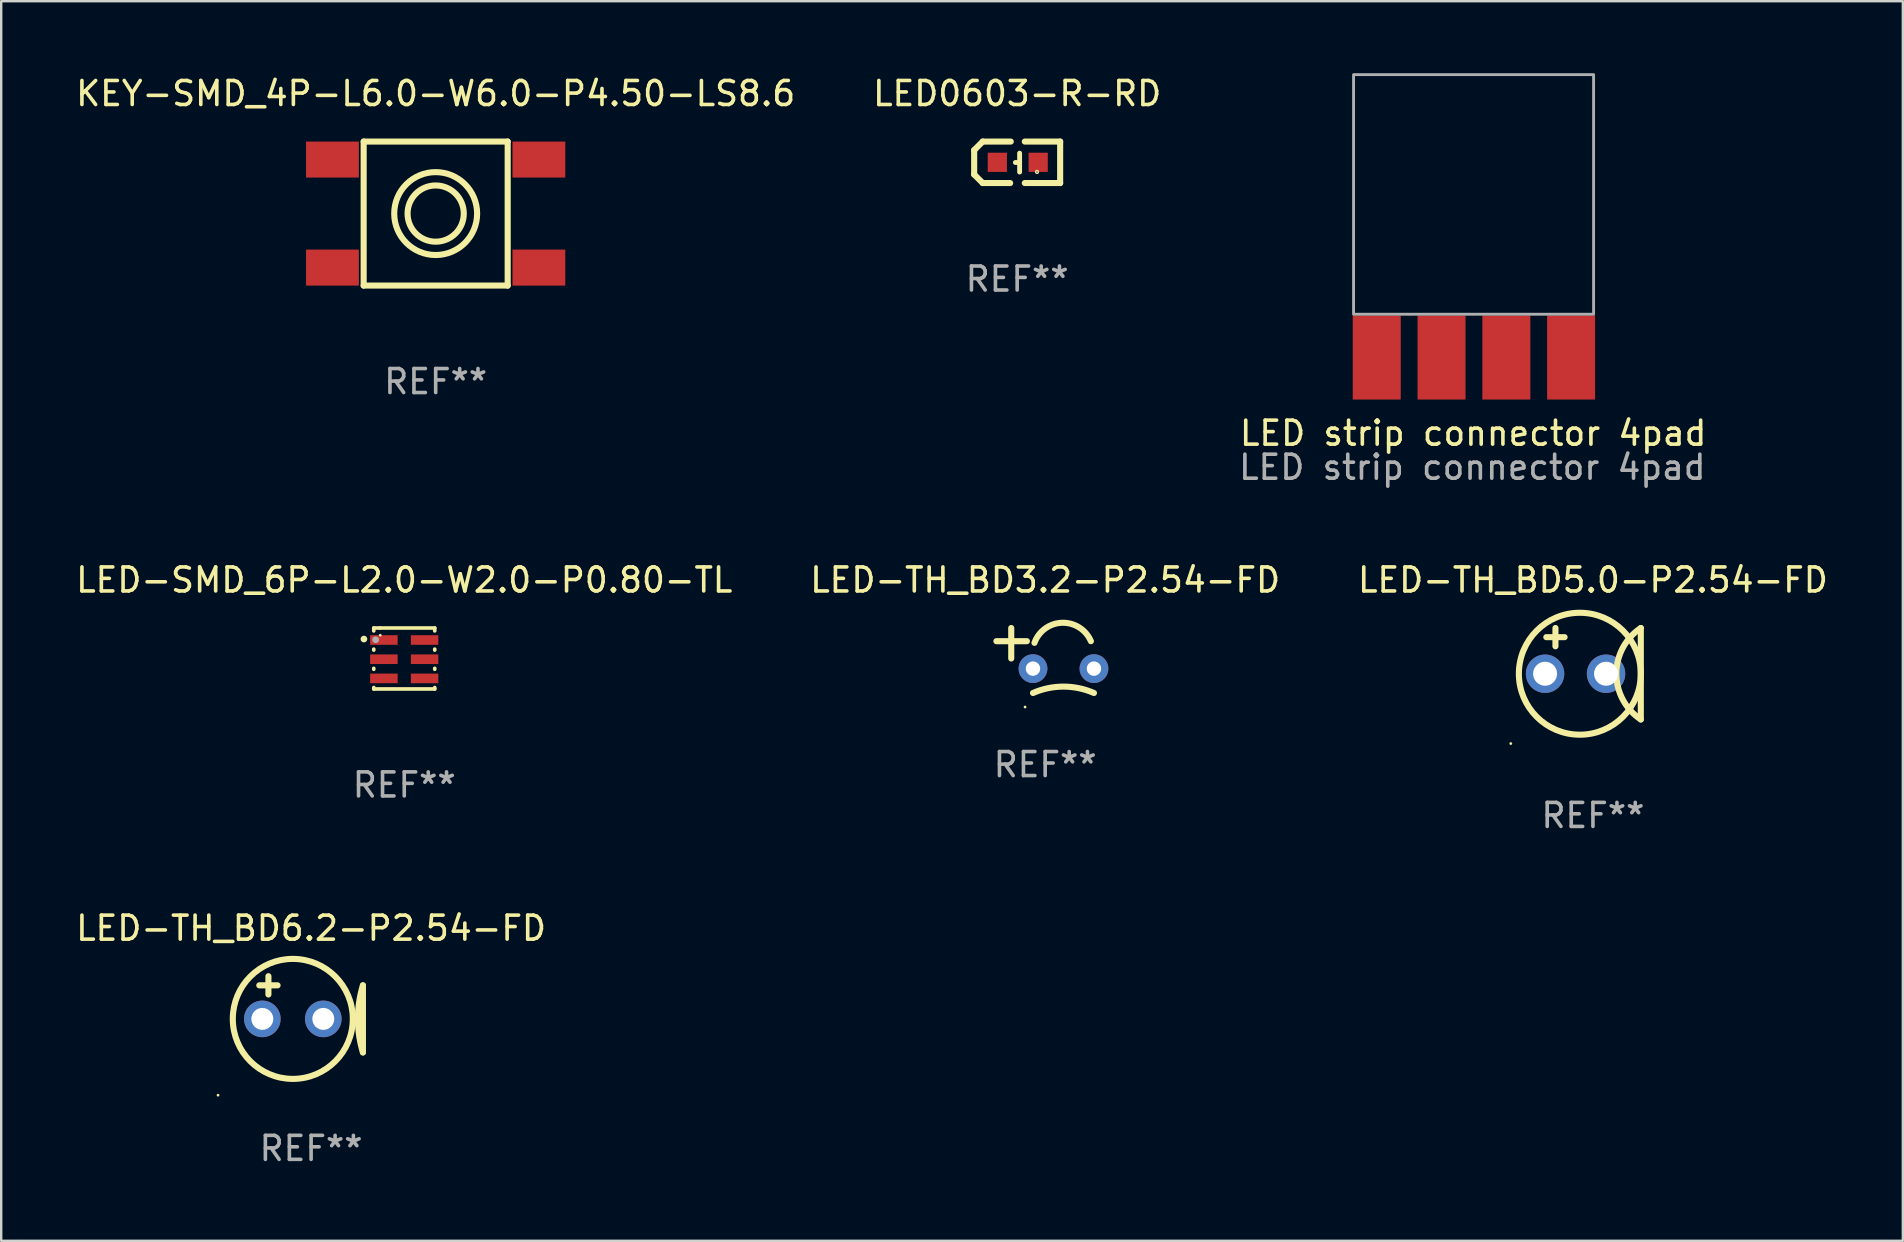
<source format=kicad_pcb>
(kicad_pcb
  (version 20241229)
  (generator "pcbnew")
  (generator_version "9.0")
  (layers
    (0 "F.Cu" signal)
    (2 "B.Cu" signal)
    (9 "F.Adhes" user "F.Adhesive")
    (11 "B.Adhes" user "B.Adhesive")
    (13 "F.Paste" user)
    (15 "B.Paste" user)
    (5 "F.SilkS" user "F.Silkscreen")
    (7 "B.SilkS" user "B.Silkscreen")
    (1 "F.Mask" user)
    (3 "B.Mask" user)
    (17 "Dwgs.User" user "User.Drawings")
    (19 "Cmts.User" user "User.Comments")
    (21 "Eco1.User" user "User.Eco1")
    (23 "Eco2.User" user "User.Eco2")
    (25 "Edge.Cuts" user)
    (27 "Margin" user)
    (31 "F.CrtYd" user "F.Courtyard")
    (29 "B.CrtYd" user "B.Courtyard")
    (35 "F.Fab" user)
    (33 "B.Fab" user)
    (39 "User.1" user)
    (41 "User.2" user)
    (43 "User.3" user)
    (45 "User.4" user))
  (footprint "LED-TH_BD5.0-P2.54-FD"
    (layer "F.Cu")
    (at 63.315 25.019)
    (property "Reference" "LED-TH_BD5.0-P2.54-FD" (at 0 -3.905 0) (layer "F.SilkS") (effects (font (size 1 1) (thickness 0.15))))
    (attr through_hole)
    (fp_line (start -1.943 -1.524) (end -1.181 -1.524) (stroke (width 0.254) (type solid)) (layer "F.SilkS"))
    (fp_line (start -1.562 -1.143) (end -1.562 -1.905) (stroke (width 0.254) (type solid)) (layer "F.SilkS"))
    (fp_line (start 1.994 1.905) (end 1.994 -1.905) (stroke (width 0.254) (type solid)) (layer "F.SilkS"))
    (fp_arc (start 1.993899 1.905) (mid 0.974377 0) (end 1.993899 -1.905) (stroke (width 0.254001) (type solid)) (layer "F.SilkS"))
    (fp_circle (center -3.423 2.909) (end -3.393 2.909) (stroke (width 0.06) (type solid)) (fill no) (layer "F.SilkS"))
    (fp_circle (center -0.546 0) (end 1.994 0) (stroke (width 0.254) (type solid)) (fill no) (layer "F.SilkS"))
    (fp_text user "REF**" (at 0 5.905 0) (layer "F.Fab") (effects (font (size 1 1) (thickness 0.15))))
    (pad "1" thru_hole circle (at -1.994 0) (size 1.6 1.6) (drill 1) (layers "*.Cu" "*.Mask"))
    (pad "2" thru_hole circle (at 0.546 0) (size 1.6 1.6) (drill 1) (layers "*.Cu" "*.Mask")))
  (footprint "LED strip connector 4pad"
    (layer "F.Cu")
    (at 58.342 12.201)
    (property "Reference" "LED strip connector 4pad" (at -0.016 2.798 0) (unlocked yes) (layer "F.SilkS") (effects (font (size 1 1) (thickness 0.15))))
    (attr exclude_from_pos_files exclude_from_bom)
    (fp_rect (start -5 -12.141) (end 5 -2.159) (stroke (width 0.12) (type solid)) (fill no) (layer "F.Fab"))
    (fp_text user "${REFERENCE}" (at -0.051 4.216 0) (unlocked yes) (layer "F.Fab") (effects (font (size 1 1) (thickness 0.15))))
    (pad "1" smd rect (at 4.064 -0.356) (size 2 3.5) (layers "F.Cu" "F.Mask"))
    (pad "2" smd rect (at 1.365 -0.356) (size 2 3.5) (layers "F.Cu" "F.Mask"))
    (pad "3" smd rect (at -1.335 -0.356) (size 2 3.5) (layers "F.Cu" "F.Mask"))
    (pad "4" smd rect (at -4.034 -0.356) (size 2 3.5) (layers "F.Cu" "F.Mask")))
  (footprint "LED-TH_BD6.2-P2.54-FD"
    (layer "F.Cu")
    (at 9.911 39.208)
    (property "Reference" "LED-TH_BD6.2-P2.54-FD" (at 0 -3.588 0) (layer "F.SilkS") (effects (font (size 1 1) (thickness 0.15))))
    (attr through_hole)
    (fp_line (start -2.159 -1.207) (end -1.397 -1.207) (stroke (width 0.254) (type solid)) (layer "F.SilkS"))
    (fp_line (start -1.778 -0.826) (end -1.778 -1.588) (stroke (width 0.254) (type solid)) (layer "F.SilkS"))
    (fp_line (start 2.159 -1.207) (end 2.159 1.588) (stroke (width 0.254) (type solid)) (layer "F.SilkS"))
    (fp_arc (start 2.159005 1.587504) (mid 1.950538 0.190501) (end 2.159004 -1.206502) (stroke (width 0.254001) (type solid)) (layer "F.SilkS"))
    (fp_circle (center -3.877 3.37) (end -3.847 3.37) (stroke (width 0.06) (type solid)) (fill no) (layer "F.SilkS"))
    (fp_circle (center -0.762 0.191) (end 1.738 0.191) (stroke (width 0.254) (type solid)) (fill no) (layer "F.SilkS"))
    (fp_text user "REF**" (at 0 5.588 0) (layer "F.Fab") (effects (font (size 1 1) (thickness 0.15))))
    (pad "1" thru_hole circle (at -2.032 0.191) (size 1.524 1.524) (drill 0.914) (layers "*.Cu" "*.Mask"))
    (pad "2" thru_hole circle (at 0.508 0.191) (size 1.524 1.524) (drill 0.914) (layers "*.Cu" "*.Mask")))
  (footprint "LED-TH_BD3.2-P2.54-FD"
    (layer "F.Cu")
    (at 40.494 23.96)
    (property "Reference" "LED-TH_BD3.2-P2.54-FD" (at 0 -2.846 0) (layer "F.SilkS") (effects (font (size 1 1) (thickness 0.15))))
    (attr through_hole)
    (fp_line (start -2.032 -0.297) (end -0.762 -0.297) (stroke (width 0.254) (type solid)) (layer "F.SilkS"))
    (fp_line (start -1.414 0.424) (end -1.414 -0.846) (stroke (width 0.254) (type solid)) (layer "F.SilkS"))
    (fp_arc (start -0.508001 1.861671) (mid 0.762002 1.59547) (end 2.032005 1.861671) (stroke (width 0.254001) (type solid)) (layer "F.SilkS"))
    (fp_arc (start -0.446153 -0.228245) (mid 0.705883 -1.063985) (end 1.905004 -0.297333) (stroke (width 0.254001) (type solid)) (layer "F.SilkS"))
    (fp_circle (center -0.838 2.446) (end -0.808 2.446) (stroke (width 0.06) (type solid)) (fill no) (layer "F.SilkS"))
    (fp_text user "REF**" (at 0 4.846 0) (layer "F.Fab") (effects (font (size 1 1) (thickness 0.15))))
    (pad "1" thru_hole circle (at -0.508 0.846) (size 1.2 1.2) (drill 0.6) (layers "*.Cu" "*.Mask"))
    (pad "2" thru_hole circle (at 2.032 0.846) (size 1.2 1.2) (drill 0.6) (layers "*.Cu" "*.Mask")))
  (footprint "KEY-SMD_4P-L6.0-W6.0-P4.50-LS8.6"
    (layer "F.Cu")
    (at 15.101 5.848)
    (property "Reference" "KEY-SMD_4P-L6.0-W6.0-P4.50-LS8.6" (at 0 -5 0) (layer "F.SilkS") (effects (font (size 1 1) (thickness 0.15))))
    (attr through_hole)
    (fp_line (start -3 -3) (end -3 3) (stroke (width 0.254) (type solid)) (layer "F.SilkS"))
    (fp_line (start -3 -3) (end 3 -3) (stroke (width 0.254) (type solid)) (layer "F.SilkS"))
    (fp_line (start -3 3) (end 3 3) (stroke (width 0.254) (type solid)) (layer "F.SilkS"))
    (fp_line (start 3 -3) (end 3 3) (stroke (width 0.254) (type solid)) (layer "F.SilkS"))
    (fp_circle (center 0 -0.000076) (end 1.171 -0.000076) (stroke (width 0.254) (type solid)) (fill no) (layer "F.SilkS"))
    (fp_circle (center 0 -0.000076) (end 1.727 -0.000076) (stroke (width 0.254) (type solid)) (fill no) (layer "F.SilkS"))
    (fp_text user "REF**" (at 0 7 0) (layer "F.Fab") (effects (font (size 1 1) (thickness 0.15))))
    (pad "1" smd rect (at -4.3 -2.25) (size 2.2 1.5) (layers "F.Cu" "F.Mask" "F.Paste"))
    (pad "2" smd rect (at 4.3 -2.25) (size 2.2 1.5) (layers "F.Cu" "F.Mask" "F.Paste"))
    (pad "3" smd rect (at -4.3 2.25) (size 2.2 1.5) (layers "F.Cu" "F.Mask" "F.Paste"))
    (pad "4" smd rect (at 4.3 2.25) (size 2.2 1.5) (layers "F.Cu" "F.Mask" "F.Paste")))
  (footprint "LED0603-R-RD"
    (layer "F.Cu")
    (at 39.327 3.712)
    (property "Reference" "LED0603-R-RD" (at 0 -2.864 0) (layer "F.SilkS") (effects (font (size 1 1) (thickness 0.15))))
    (attr through_hole)
    (fp_line (start -1.791 -0.508) (end -1.435 -0.864) (stroke (width 0.254) (type solid)) (layer "F.SilkS"))
    (fp_line (start -1.791 0.508) (end -1.791 -0.508) (stroke (width 0.254) (type solid)) (layer "F.SilkS"))
    (fp_line (start -1.435 0.864) (end -1.791 0.508) (stroke (width 0.254) (type solid)) (layer "F.SilkS"))
    (fp_line (start -0.292 0.864) (end -1.435 0.864) (stroke (width 0.254) (type solid)) (layer "F.SilkS"))
    (fp_line (start -0.267 -0.864) (end -1.435 -0.864) (stroke (width 0.254) (type solid)) (layer "F.SilkS"))
    (fp_line (start 0.102 0.008) (end -0.074 0.008) (stroke (width 0.203) (type solid)) (layer "F.SilkS"))
    (fp_line (start 0.102 0.406) (end 0.102 -0.381) (stroke (width 0.203) (type solid)) (layer "F.SilkS"))
    (fp_line (start 1.791 -0.864) (end 0.318 -0.864) (stroke (width 0.254) (type solid)) (layer "F.SilkS"))
    (fp_line (start 1.791 0.864) (end 0.318 0.864) (stroke (width 0.254) (type solid)) (layer "F.SilkS"))
    (fp_line (start 1.791 0.864) (end 1.791 -0.864) (stroke (width 0.254) (type solid)) (layer "F.SilkS"))
    (fp_circle (center 0.826 0.4) (end 0.855 0.4) (stroke (width 0.06) (type solid)) (fill no) (layer "F.SilkS"))
    (fp_text user "REF**" (at 0 4.864 0) (layer "F.Fab") (effects (font (size 1 1) (thickness 0.15))))
    (pad "1" smd rect (at 0.876 0 90) (size 0.8 0.8) (layers "F.Cu" "F.Mask" "F.Paste"))
    (pad "2" smd rect (at -0.826 0 90) (size 0.8 0.8) (layers "F.Cu" "F.Mask" "F.Paste")))
  (footprint "LED-SMD_6P-L2.0-W2.0-P0.80-TL"
    (layer "F.Cu")
    (at 13.792 24.384)
    (property "Reference" "LED-SMD_6P-L2.0-W2.0-P0.80-TL" (at 0 -3.27 0) (layer "F.SilkS") (effects (font (size 1 1) (thickness 0.15))))
    (attr through_hole)
    (fp_line (start -1.27 -1.27) (end -1.016 -1.27) (stroke (width 0.152) (type solid)) (layer "F.SilkS"))
    (fp_line (start -1.27 -1.15) (end -1.27 -1.27) (stroke (width 0.152) (type solid)) (layer "F.SilkS"))
    (fp_line (start -1.27 -0.35) (end -1.27 -0.39) (stroke (width 0.152) (type solid)) (layer "F.SilkS"))
    (fp_line (start -1.27 0.45) (end -1.27 0.41) (stroke (width 0.152) (type solid)) (layer "F.SilkS"))
    (fp_line (start -1.27 1.27) (end -1.27 1.21) (stroke (width 0.152) (type solid)) (layer "F.SilkS"))
    (fp_line (start -1.016 -1.27) (end 1.27 -1.27) (stroke (width 0.152) (type solid)) (layer "F.SilkS"))
    (fp_line (start 1.27 -1.27) (end 1.27 -1.15) (stroke (width 0.152) (type solid)) (layer "F.SilkS"))
    (fp_line (start 1.27 -0.39) (end 1.27 -0.35) (stroke (width 0.152) (type solid)) (layer "F.SilkS"))
    (fp_line (start 1.27 0.41) (end 1.27 0.45) (stroke (width 0.152) (type solid)) (layer "F.SilkS"))
    (fp_line (start 1.27 1.21) (end 1.27 1.27) (stroke (width 0.152) (type solid)) (layer "F.SilkS"))
    (fp_line (start 1.27 1.27) (end -1.27 1.27) (stroke (width 0.152) (type solid)) (layer "F.SilkS"))
    (fp_circle (center -1.68 -0.81) (end -1.61 -0.81) (stroke (width 0.14) (type solid)) (fill no) (layer "F.SilkS"))
    (fp_circle (center -1 -0.97) (end -0.97 -0.97) (stroke (width 0.06) (type solid)) (fill no) (layer "F.SilkS"))
    (fp_circle (center -1.19 -0.78) (end -1.12 -0.78) (stroke (width 0.14) (type solid)) (fill no) (layer "F.Fab"))
    (fp_text user "REF**" (at 0 5.27 0) (layer "F.Fab") (effects (font (size 1 1) (thickness 0.15))))
    (pad "1" smd rect (at -0.848 -0.77) (size 1.145 0.4) (layers "F.Cu" "F.Mask" "F.Paste"))
    (pad "2" smd rect (at -0.848 0.03) (size 1.145 0.4) (layers "F.Cu" "F.Mask" "F.Paste"))
    (pad "3" smd rect (at -0.848 0.83) (size 1.145 0.4) (layers "F.Cu" "F.Mask" "F.Paste"))
    (pad "4" smd rect (at 0.848 0.83) (size 1.145 0.4) (layers "F.Cu" "F.Mask" "F.Paste"))
    (pad "5" smd rect (at 0.848 0.03) (size 1.145 0.4) (layers "F.Cu" "F.Mask" "F.Paste"))
    (pad "6" smd rect (at 0.848 -0.77) (size 1.145 0.4) (layers "F.Cu" "F.Mask" "F.Paste")))
  (gr_rect
    (start -3 -3)
    (end 76.226 48.644)
    (stroke (width 0.1) (type default))
    (fill no)
    (layer "Edge.Cuts")))
</source>
